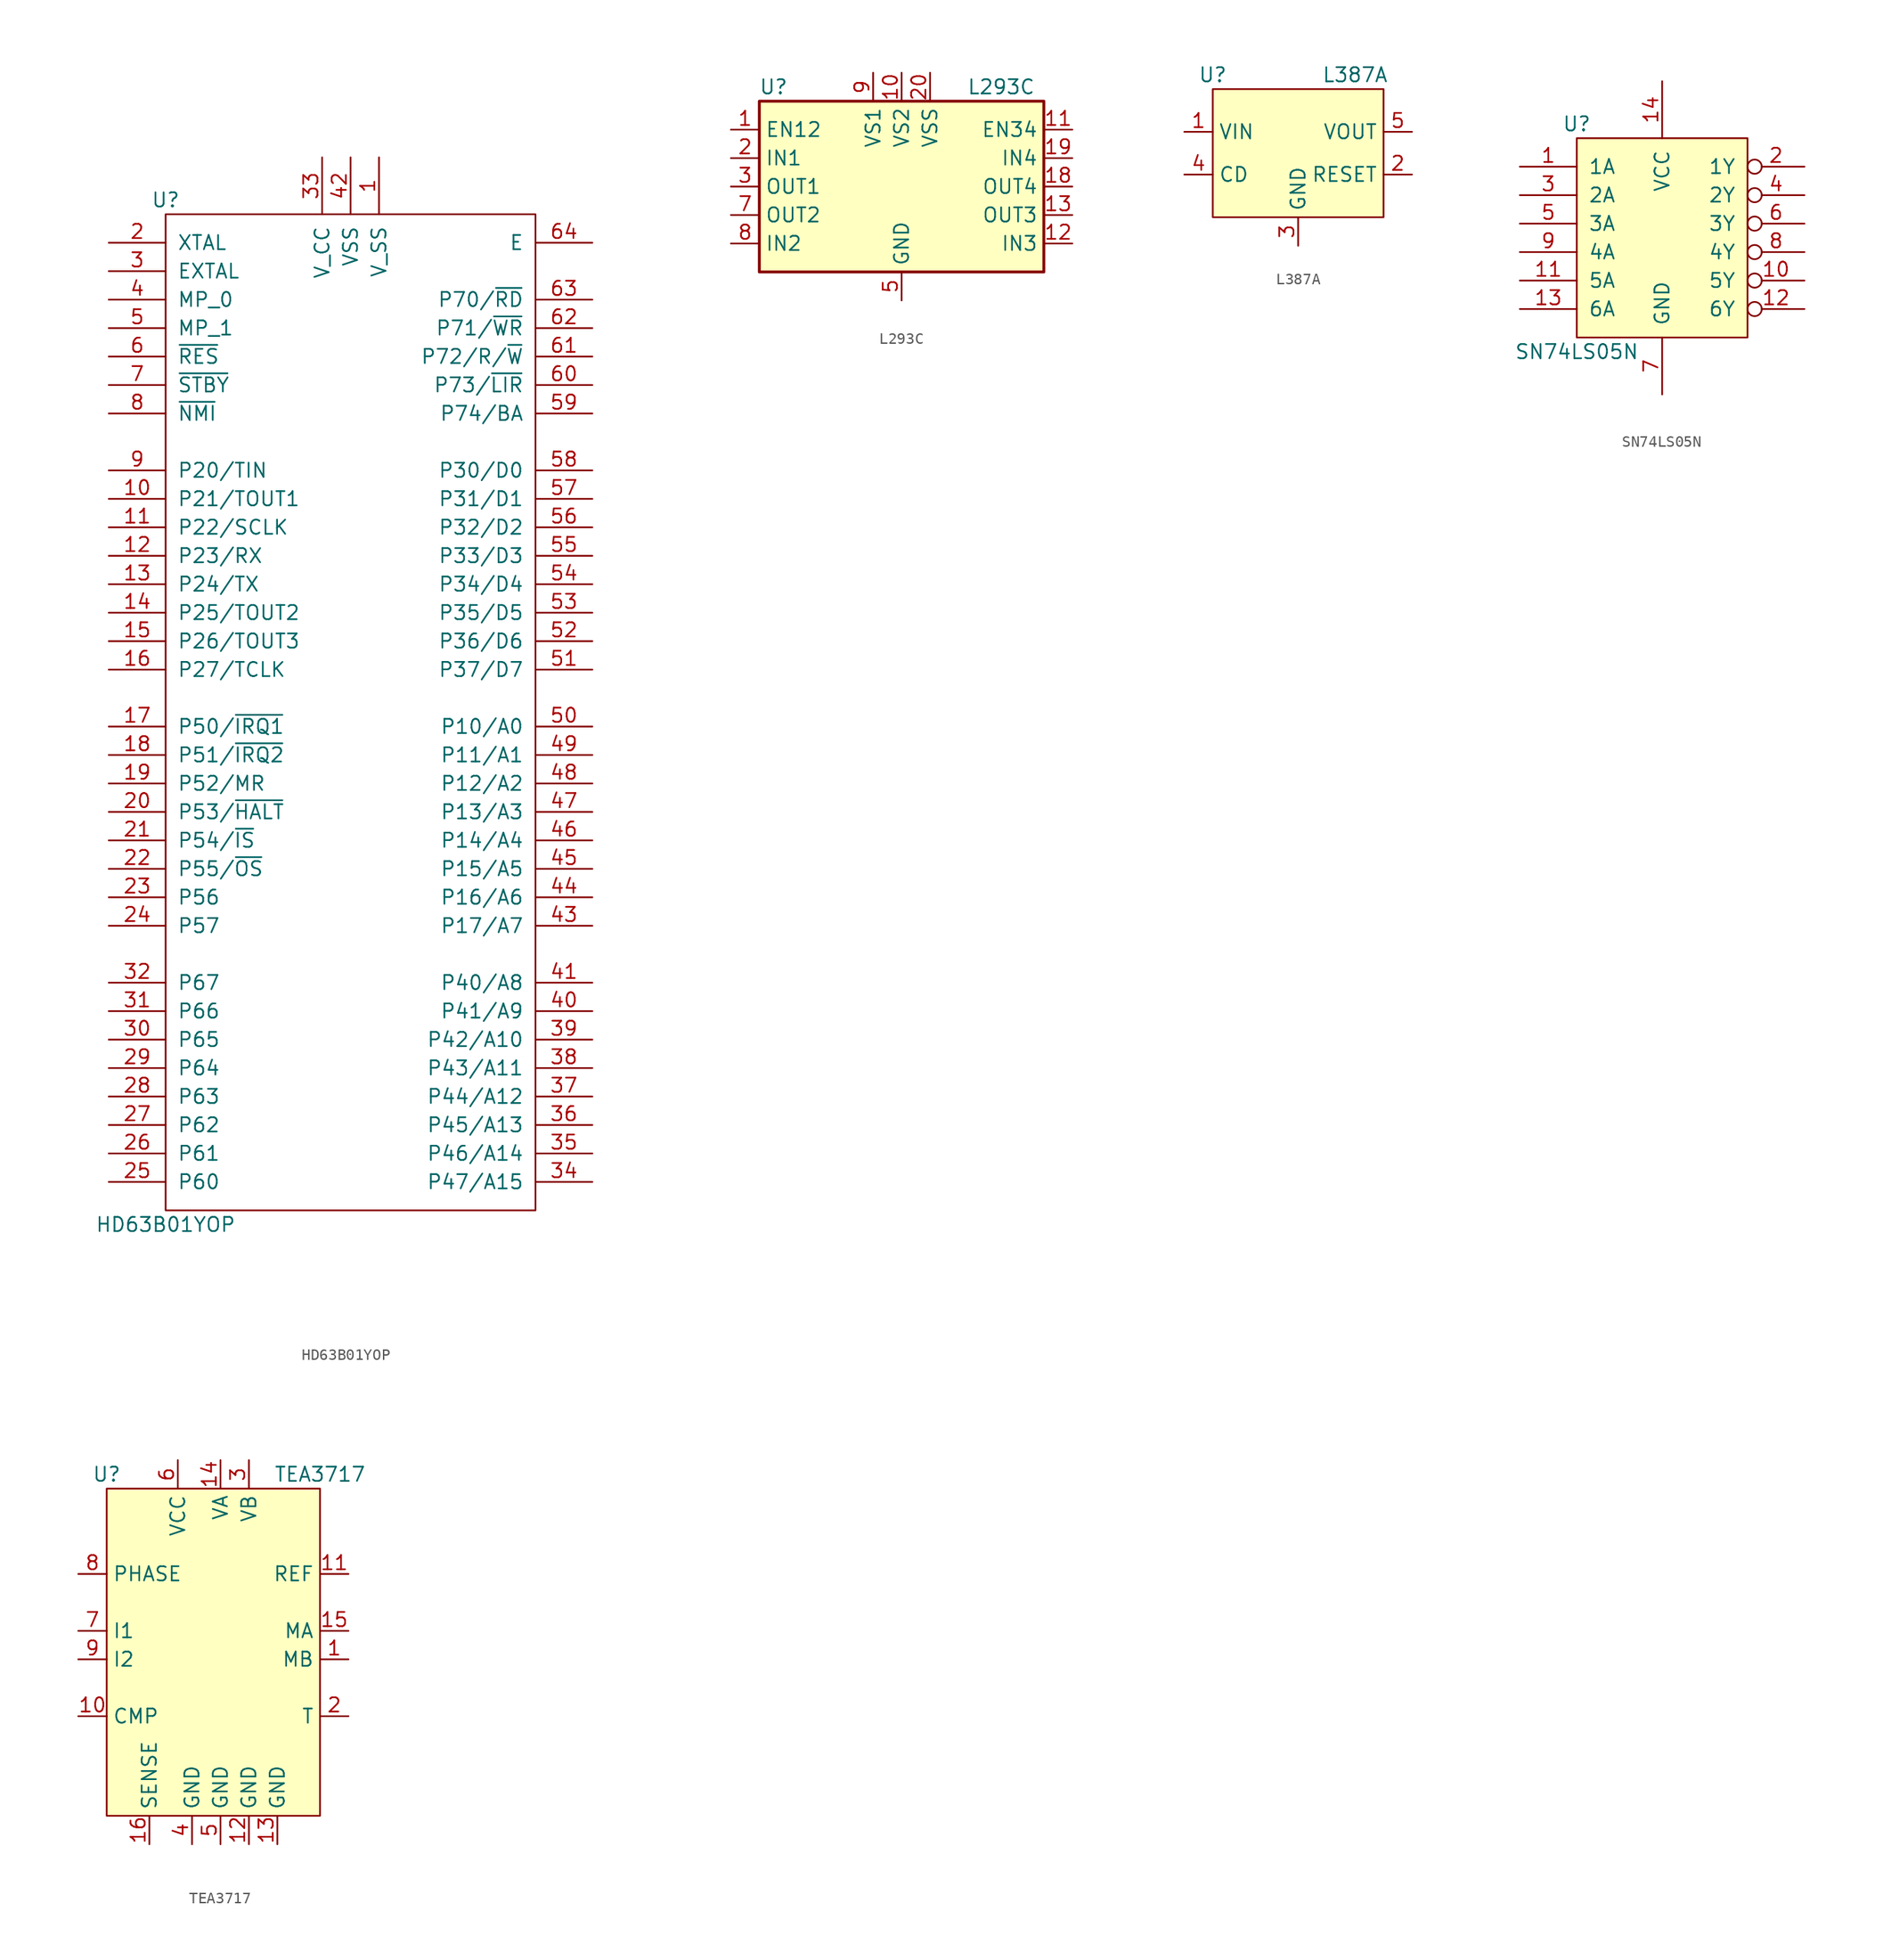
<source format=kicad_sym>
(kicad_symbol_lib
  (version 20211014)
  (generator kicad_symbol_editor)
  (symbol "HD63B01YOP"
    (pin_names
      (offset 1.016))
    (property "Reference" "U"
      (at -16.51 43.18 0)
      (effects (font (size 1.27 1.27))))
    (property "Value" "HD63B01YOP"
      (at -16.51 -48.26 0)
      (effects (font (size 1.27 1.27))))
    (symbol "HD63B01YOP_0_0"
      (pin power_in line (at 2.54 46.99 270) (length 5.08) (name "V_SS" (effects (font (size 1.27 1.27)))) (number "1" (effects (font (size 1.27 1.27)))))
      (pin bidirectional line (at -21.59 16.51 0) (length 5.08) (name "P21/TOUT1" (effects (font (size 1.27 1.27)))) (number "10" (effects (font (size 1.27 1.27)))))
      (pin bidirectional line (at -21.59 13.97 0) (length 5.08) (name "P22/SCLK" (effects (font (size 1.27 1.27)))) (number "11" (effects (font (size 1.27 1.27)))))
      (pin bidirectional line (at -21.59 11.43 0) (length 5.08) (name "P23/RX" (effects (font (size 1.27 1.27)))) (number "12" (effects (font (size 1.27 1.27)))))
      (pin bidirectional line (at -21.59 8.89 0) (length 5.08) (name "P24/TX" (effects (font (size 1.27 1.27)))) (number "13" (effects (font (size 1.27 1.27)))))
      (pin bidirectional line (at -21.59 6.35 0) (length 5.08) (name "P25/TOUT2" (effects (font (size 1.27 1.27)))) (number "14" (effects (font (size 1.27 1.27)))))
      (pin bidirectional line (at -21.59 3.81 0) (length 5.08) (name "P26/TOUT3" (effects (font (size 1.27 1.27)))) (number "15" (effects (font (size 1.27 1.27)))))
      (pin bidirectional line (at -21.59 1.27 0) (length 5.08) (name "P27/TCLK" (effects (font (size 1.27 1.27)))) (number "16" (effects (font (size 1.27 1.27)))))
      (pin bidirectional line (at -21.59 -3.81 0) (length 5.08) (name "P50/~{IRQ1}" (effects (font (size 1.27 1.27)))) (number "17" (effects (font (size 1.27 1.27)))))
      (pin bidirectional line (at -21.59 -6.35 0) (length 5.08) (name "P51/~{IRQ2}" (effects (font (size 1.27 1.27)))) (number "18" (effects (font (size 1.27 1.27)))))
      (pin bidirectional line (at -21.59 -8.89 0) (length 5.08) (name "P52/MR" (effects (font (size 1.27 1.27)))) (number "19" (effects (font (size 1.27 1.27)))))
      (pin unspecified line (at -21.59 39.37 0) (length 5.08) (name "XTAL" (effects (font (size 1.27 1.27)))) (number "2" (effects (font (size 1.27 1.27)))))
      (pin bidirectional line (at -21.59 -11.43 0) (length 5.08) (name "P53/~{HALT}" (effects (font (size 1.27 1.27)))) (number "20" (effects (font (size 1.27 1.27)))))
      (pin bidirectional line (at -21.59 -13.97 0) (length 5.08) (name "P54/~{IS}" (effects (font (size 1.27 1.27)))) (number "21" (effects (font (size 1.27 1.27)))))
      (pin bidirectional line (at -21.59 -16.51 0) (length 5.08) (name "P55/~{OS}" (effects (font (size 1.27 1.27)))) (number "22" (effects (font (size 1.27 1.27)))))
      (pin bidirectional line (at -21.59 -19.05 0) (length 5.08) (name "P56" (effects (font (size 1.27 1.27)))) (number "23" (effects (font (size 1.27 1.27)))))
      (pin bidirectional line (at -21.59 -21.59 0) (length 5.08) (name "P57" (effects (font (size 1.27 1.27)))) (number "24" (effects (font (size 1.27 1.27)))))
      (pin bidirectional line (at -21.59 -44.45 0) (length 5.08) (name "P60" (effects (font (size 1.27 1.27)))) (number "25" (effects (font (size 1.27 1.27)))))
      (pin bidirectional line (at -21.59 -41.91 0) (length 5.08) (name "P61" (effects (font (size 1.27 1.27)))) (number "26" (effects (font (size 1.27 1.27)))))
      (pin bidirectional line (at -21.59 -39.37 0) (length 5.08) (name "P62" (effects (font (size 1.27 1.27)))) (number "27" (effects (font (size 1.27 1.27)))))
      (pin bidirectional line (at -21.59 -36.83 0) (length 5.08) (name "P63" (effects (font (size 1.27 1.27)))) (number "28" (effects (font (size 1.27 1.27)))))
      (pin bidirectional line (at -21.59 -34.29 0) (length 5.08) (name "P64" (effects (font (size 1.27 1.27)))) (number "29" (effects (font (size 1.27 1.27)))))
      (pin unspecified line (at -21.59 36.83 0) (length 5.08) (name "EXTAL" (effects (font (size 1.27 1.27)))) (number "3" (effects (font (size 1.27 1.27)))))
      (pin bidirectional line (at -21.59 -31.75 0) (length 5.08) (name "P65" (effects (font (size 1.27 1.27)))) (number "30" (effects (font (size 1.27 1.27)))))
      (pin bidirectional line (at -21.59 -29.21 0) (length 5.08) (name "P66" (effects (font (size 1.27 1.27)))) (number "31" (effects (font (size 1.27 1.27)))))
      (pin bidirectional line (at -21.59 -26.67 0) (length 5.08) (name "P67" (effects (font (size 1.27 1.27)))) (number "32" (effects (font (size 1.27 1.27)))))
      (pin bidirectional line (at -2.54 46.99 270) (length 5.08) (name "V_CC" (effects (font (size 1.27 1.27)))) (number "33" (effects (font (size 1.27 1.27)))))
      (pin bidirectional line (at 21.59 -44.45 180) (length 5.08) (name "P47/A15" (effects (font (size 1.27 1.27)))) (number "34" (effects (font (size 1.27 1.27)))))
      (pin bidirectional line (at 21.59 -41.91 180) (length 5.08) (name "P46/A14" (effects (font (size 1.27 1.27)))) (number "35" (effects (font (size 1.27 1.27)))))
      (pin bidirectional line (at 21.59 -39.37 180) (length 5.08) (name "P45/A13" (effects (font (size 1.27 1.27)))) (number "36" (effects (font (size 1.27 1.27)))))
      (pin bidirectional line (at 21.59 -36.83 180) (length 5.08) (name "P44/A12" (effects (font (size 1.27 1.27)))) (number "37" (effects (font (size 1.27 1.27)))))
      (pin bidirectional line (at 21.59 -34.29 180) (length 5.08) (name "P43/A11" (effects (font (size 1.27 1.27)))) (number "38" (effects (font (size 1.27 1.27)))))
      (pin bidirectional line (at 21.59 -31.75 180) (length 5.08) (name "P42/A10" (effects (font (size 1.27 1.27)))) (number "39" (effects (font (size 1.27 1.27)))))
      (pin input line (at -21.59 34.29 0) (length 5.08) (name "MP_0" (effects (font (size 1.27 1.27)))) (number "4" (effects (font (size 1.27 1.27)))))
      (pin bidirectional line (at 21.59 -29.21 180) (length 5.08) (name "P41/A9" (effects (font (size 1.27 1.27)))) (number "40" (effects (font (size 1.27 1.27)))))
      (pin bidirectional line (at 21.59 -26.67 180) (length 5.08) (name "P40/A8" (effects (font (size 1.27 1.27)))) (number "41" (effects (font (size 1.27 1.27)))))
      (pin power_in line (at 0 46.99 270) (length 5.08) (name "VSS" (effects (font (size 1.27 1.27)))) (number "42" (effects (font (size 1.27 1.27)))))
      (pin bidirectional line (at 21.59 -21.59 180) (length 5.08) (name "P17/A7" (effects (font (size 1.27 1.27)))) (number "43" (effects (font (size 1.27 1.27)))))
      (pin bidirectional line (at 21.59 -19.05 180) (length 5.08) (name "P16/A6" (effects (font (size 1.27 1.27)))) (number "44" (effects (font (size 1.27 1.27)))))
      (pin bidirectional line (at 21.59 -16.51 180) (length 5.08) (name "P15/A5" (effects (font (size 1.27 1.27)))) (number "45" (effects (font (size 1.27 1.27)))))
      (pin bidirectional line (at 21.59 -13.97 180) (length 5.08) (name "P14/A4" (effects (font (size 1.27 1.27)))) (number "46" (effects (font (size 1.27 1.27)))))
      (pin bidirectional line (at 21.59 -11.43 180) (length 5.08) (name "P13/A3" (effects (font (size 1.27 1.27)))) (number "47" (effects (font (size 1.27 1.27)))))
      (pin bidirectional line (at 21.59 -8.89 180) (length 5.08) (name "P12/A2" (effects (font (size 1.27 1.27)))) (number "48" (effects (font (size 1.27 1.27)))))
      (pin bidirectional line (at 21.59 -6.35 180) (length 5.08) (name "P11/A1" (effects (font (size 1.27 1.27)))) (number "49" (effects (font (size 1.27 1.27)))))
      (pin input line (at -21.59 31.75 0) (length 5.08) (name "MP_1" (effects (font (size 1.27 1.27)))) (number "5" (effects (font (size 1.27 1.27)))))
      (pin bidirectional line (at 21.59 -3.81 180) (length 5.08) (name "P10/A0" (effects (font (size 1.27 1.27)))) (number "50" (effects (font (size 1.27 1.27)))))
      (pin bidirectional line (at 21.59 1.27 180) (length 5.08) (name "P37/D7" (effects (font (size 1.27 1.27)))) (number "51" (effects (font (size 1.27 1.27)))))
      (pin bidirectional line (at 21.59 3.81 180) (length 5.08) (name "P36/D6" (effects (font (size 1.27 1.27)))) (number "52" (effects (font (size 1.27 1.27)))))
      (pin bidirectional line (at 21.59 6.35 180) (length 5.08) (name "P35/D5" (effects (font (size 1.27 1.27)))) (number "53" (effects (font (size 1.27 1.27)))))
      (pin bidirectional line (at 21.59 8.89 180) (length 5.08) (name "P34/D4" (effects (font (size 1.27 1.27)))) (number "54" (effects (font (size 1.27 1.27)))))
      (pin bidirectional line (at 21.59 11.43 180) (length 5.08) (name "P33/D3" (effects (font (size 1.27 1.27)))) (number "55" (effects (font (size 1.27 1.27)))))
      (pin bidirectional line (at 21.59 13.97 180) (length 5.08) (name "P32/D2" (effects (font (size 1.27 1.27)))) (number "56" (effects (font (size 1.27 1.27)))))
      (pin bidirectional line (at 21.59 16.51 180) (length 5.08) (name "P31/D1" (effects (font (size 1.27 1.27)))) (number "57" (effects (font (size 1.27 1.27)))))
      (pin bidirectional line (at 21.59 19.05 180) (length 5.08) (name "P30/D0" (effects (font (size 1.27 1.27)))) (number "58" (effects (font (size 1.27 1.27)))))
      (pin bidirectional line (at 21.59 24.13 180) (length 5.08) (name "P74/BA" (effects (font (size 1.27 1.27)))) (number "59" (effects (font (size 1.27 1.27)))))
      (pin input line (at -21.59 29.21 0) (length 5.08) (name "~{RES}" (effects (font (size 1.27 1.27)))) (number "6" (effects (font (size 1.27 1.27)))))
      (pin bidirectional line (at 21.59 26.67 180) (length 5.08) (name "P73/~{LIR}" (effects (font (size 1.27 1.27)))) (number "60" (effects (font (size 1.27 1.27)))))
      (pin bidirectional line (at 21.59 29.21 180) (length 5.08) (name "P72/R/~{W}" (effects (font (size 1.27 1.27)))) (number "61" (effects (font (size 1.27 1.27)))))
      (pin bidirectional line (at 21.59 31.75 180) (length 5.08) (name "P71/~{WR}" (effects (font (size 1.27 1.27)))) (number "62" (effects (font (size 1.27 1.27)))))
      (pin bidirectional line (at 21.59 34.29 180) (length 5.08) (name "P70/~{RD}" (effects (font (size 1.27 1.27)))) (number "63" (effects (font (size 1.27 1.27)))))
      (pin output line (at 21.59 39.37 180) (length 5.08) (name "E" (effects (font (size 1.27 1.27)))) (number "64" (effects (font (size 1.27 1.27)))))
      (pin input line (at -21.59 26.67 0) (length 5.08) (name "~{STBY}" (effects (font (size 1.27 1.27)))) (number "7" (effects (font (size 1.27 1.27)))))
      (pin input line (at -21.59 24.13 0) (length 5.08) (name "~{NMI}" (effects (font (size 1.27 1.27)))) (number "8" (effects (font (size 1.27 1.27)))))
      (pin bidirectional line (at -21.59 19.05 0) (length 5.08) (name "P20/TIN" (effects (font (size 1.27 1.27)))) (number "9" (effects (font (size 1.27 1.27))))))
    (symbol "HD63B01YOP_0_1"
      (rectangle (start -16.51 41.91) (end 16.51 -46.99) (stroke (width 0) (type default) (color 0 0 0 0)) (fill (type none)))))
  (symbol "L293C"
    (property "Reference" "U"
      (at -11.43 8.89 0)
      (effects (font (size 1.27 1.27))))
    (property "Value" "L293C"
      (at 8.89 8.89 0)
      (effects (font (size 1.27 1.27))))
    (symbol "L293C_0_0"
      (pin unspecified line (at 0 10.16 270) (length 2.54) (name "VS2" (effects (font (size 1.27 1.27)))) (number "10" (effects (font (size 1.27 1.27))))))
    (symbol "L293C_0_1"
      (rectangle (start -12.7 7.62) (end 12.7 -7.62) (stroke (width 0.254) (type default) (color 0 0 0 0)) (fill (type background))))
    (symbol "L293C_1_1"
      (pin input line (at -15.24 5.08 0) (length 2.54) (name "EN12" (effects (font (size 1.27 1.27)))) (number "1" (effects (font (size 1.27 1.27)))))
      (pin input line (at 15.24 5.08 180) (length 2.54) (name "EN34" (effects (font (size 1.27 1.27)))) (number "11" (effects (font (size 1.27 1.27)))))
      (pin input line (at 15.24 -5.08 180) (length 2.54) (name "IN3" (effects (font (size 1.27 1.27)))) (number "12" (effects (font (size 1.27 1.27)))))
      (pin output line (at 15.24 -2.54 180) (length 2.54) (name "OUT3" (effects (font (size 1.27 1.27)))) (number "13" (effects (font (size 1.27 1.27)))))
      (pin passive line (at 0 -10.16 90) (length 2.54) hide (name "GND" (effects (font (size 1.27 1.27)))) (number "15" (effects (font (size 1.27 1.27)))))
      (pin passive line (at 0 -10.16 90) (length 2.54) hide (name "GND" (effects (font (size 1.27 1.27)))) (number "16" (effects (font (size 1.27 1.27)))))
      (pin output line (at 15.24 0 180) (length 2.54) (name "OUT4" (effects (font (size 1.27 1.27)))) (number "18" (effects (font (size 1.27 1.27)))))
      (pin input line (at 15.24 2.54 180) (length 2.54) (name "IN4" (effects (font (size 1.27 1.27)))) (number "19" (effects (font (size 1.27 1.27)))))
      (pin input line (at -15.24 2.54 0) (length 2.54) (name "IN1" (effects (font (size 1.27 1.27)))) (number "2" (effects (font (size 1.27 1.27)))))
      (pin power_in line (at 2.54 10.16 270) (length 2.54) (name "VSS" (effects (font (size 1.27 1.27)))) (number "20" (effects (font (size 1.27 1.27)))))
      (pin output line (at -15.24 0 0) (length 2.54) (name "OUT1" (effects (font (size 1.27 1.27)))) (number "3" (effects (font (size 1.27 1.27)))))
      (pin power_in line (at 0 -10.16 90) (length 2.54) (name "GND" (effects (font (size 1.27 1.27)))) (number "5" (effects (font (size 1.27 1.27)))))
      (pin passive line (at 0 -10.16 90) (length 2.54) hide (name "GND" (effects (font (size 1.27 1.27)))) (number "6" (effects (font (size 1.27 1.27)))))
      (pin output line (at -15.24 -2.54 0) (length 2.54) (name "OUT2" (effects (font (size 1.27 1.27)))) (number "7" (effects (font (size 1.27 1.27)))))
      (pin input line (at -15.24 -5.08 0) (length 2.54) (name "IN2" (effects (font (size 1.27 1.27)))) (number "8" (effects (font (size 1.27 1.27)))))
      (pin power_in line (at -2.54 10.16 270) (length 2.54) (name "VS1" (effects (font (size 1.27 1.27)))) (number "9" (effects (font (size 1.27 1.27)))))))
  (symbol "L387A"
    (property "Reference" "U"
      (at -7.62 6.35 0)
      (effects (font (size 1.27 1.27))))
    (property "Value" "L387A"
      (at 5.08 6.35 0)
      (effects (font (size 1.27 1.27))))
    (symbol "L387A_0_1"
      (rectangle (start -7.62 -6.35) (end 7.62 5.08) (stroke (width 0) (type default) (color 0 0 0 0)) (fill (type background))))
    (symbol "L387A_1_1"
      (pin power_in line (at -10.16 1.27 0) (length 2.54) (name "VIN" (effects (font (size 1.27 1.27)))) (number "1" (effects (font (size 1.27 1.27)))))
      (pin output line (at 10.16 -2.54 180) (length 2.54) (name "RESET" (effects (font (size 1.27 1.27)))) (number "2" (effects (font (size 1.27 1.27)))))
      (pin power_in line (at 0 -8.89 90) (length 2.54) (name "GND" (effects (font (size 1.27 1.27)))) (number "3" (effects (font (size 1.27 1.27)))))
      (pin input line (at -10.16 -2.54 0) (length 2.54) (name "CD" (effects (font (size 1.27 1.27)))) (number "4" (effects (font (size 1.27 1.27)))))
      (pin power_in line (at 10.16 1.27 180) (length 2.54) (name "VOUT" (effects (font (size 1.27 1.27)))) (number "5" (effects (font (size 1.27 1.27)))))))
  (symbol "SN74LS05N"
    (pin_names
      (offset 1.016))
    (property "Reference" "U"
      (at -7.62 10.16 0)
      (effects (font (size 1.27 1.27))))
    (property "Value" "SN74LS05N"
      (at -7.62 -10.16 0)
      (effects (font (size 1.27 1.27))))
    (symbol "SN74LS05N_0_0"
      (pin input line (at -12.7 6.35 0) (length 5.08) (name "1A" (effects (font (size 1.27 1.27)))) (number "1" (effects (font (size 1.27 1.27)))))
      (pin output inverted (at 12.7 -3.81 180) (length 5.08) (name "5Y" (effects (font (size 1.27 1.27)))) (number "10" (effects (font (size 1.27 1.27)))))
      (pin input line (at -12.7 -3.81 0) (length 5.08) (name "5A" (effects (font (size 1.27 1.27)))) (number "11" (effects (font (size 1.27 1.27)))))
      (pin output inverted (at 12.7 -6.35 180) (length 5.08) (name "6Y" (effects (font (size 1.27 1.27)))) (number "12" (effects (font (size 1.27 1.27)))))
      (pin input line (at -12.7 -6.35 0) (length 5.08) (name "6A" (effects (font (size 1.27 1.27)))) (number "13" (effects (font (size 1.27 1.27)))))
      (pin power_in line (at 0 13.97 270) (length 5.08) (name "VCC" (effects (font (size 1.27 1.27)))) (number "14" (effects (font (size 1.27 1.27)))))
      (pin output inverted (at 12.7 6.35 180) (length 5.08) (name "1Y" (effects (font (size 1.27 1.27)))) (number "2" (effects (font (size 1.27 1.27)))))
      (pin input line (at -12.7 3.81 0) (length 5.08) (name "2A" (effects (font (size 1.27 1.27)))) (number "3" (effects (font (size 1.27 1.27)))))
      (pin output inverted (at 12.7 3.81 180) (length 5.08) (name "2Y" (effects (font (size 1.27 1.27)))) (number "4" (effects (font (size 1.27 1.27)))))
      (pin input line (at -12.7 1.27 0) (length 5.08) (name "3A" (effects (font (size 1.27 1.27)))) (number "5" (effects (font (size 1.27 1.27)))))
      (pin output inverted (at 12.7 1.27 180) (length 5.08) (name "3Y" (effects (font (size 1.27 1.27)))) (number "6" (effects (font (size 1.27 1.27)))))
      (pin power_in line (at 0 -13.97 90) (length 5.08) (name "GND" (effects (font (size 1.27 1.27)))) (number "7" (effects (font (size 1.27 1.27)))))
      (pin output inverted (at 12.7 -1.27 180) (length 5.08) (name "4Y" (effects (font (size 1.27 1.27)))) (number "8" (effects (font (size 1.27 1.27)))))
      (pin input line (at -12.7 -1.27 0) (length 5.08) (name "4A" (effects (font (size 1.27 1.27)))) (number "9" (effects (font (size 1.27 1.27))))))
    (symbol "SN74LS05N_0_1"
      (rectangle (start -7.62 8.89) (end 7.62 -8.89) (stroke (width 0) (type default) (color 0 0 0 0)) (fill (type background)))))
  (symbol "TEA3717"
    (property "Reference" "U"
      (at -10.16 15.24 0)
      (effects (font (size 1.27 1.27))))
    (property "Value" "TEA3717"
      (at 8.89 15.24 0)
      (effects (font (size 1.27 1.27))))
    (symbol "TEA3717_0_1"
      (rectangle (start -10.16 13.97) (end 8.89 -15.24) (stroke (width 0) (type default) (color 0 0 0 0)) (fill (type background))))
    (symbol "TEA3717_1_1"
      (pin power_out line (at 11.43 -1.27 180) (length 2.54) (name "MB" (effects (font (size 1.27 1.27)))) (number "1" (effects (font (size 1.27 1.27)))))
      (pin input line (at -12.7 -6.35 0) (length 2.54) (name "CMP" (effects (font (size 1.27 1.27)))) (number "10" (effects (font (size 1.27 1.27)))))
      (pin power_in line (at 11.43 6.35 180) (length 2.54) (name "REF" (effects (font (size 1.27 1.27)))) (number "11" (effects (font (size 1.27 1.27)))))
      (pin power_in line (at 2.54 -17.78 90) (length 2.54) (name "GND" (effects (font (size 1.27 1.27)))) (number "12" (effects (font (size 1.27 1.27)))))
      (pin power_in line (at 5.08 -17.78 90) (length 2.54) (name "GND" (effects (font (size 1.27 1.27)))) (number "13" (effects (font (size 1.27 1.27)))))
      (pin power_in line (at 0 16.51 270) (length 2.54) (name "VA" (effects (font (size 1.27 1.27)))) (number "14" (effects (font (size 1.27 1.27)))))
      (pin power_out line (at 11.43 1.27 180) (length 2.54) (name "MA" (effects (font (size 1.27 1.27)))) (number "15" (effects (font (size 1.27 1.27)))))
      (pin input line (at -6.35 -17.78 90) (length 2.54) (name "SENSE" (effects (font (size 1.27 1.27)))) (number "16" (effects (font (size 1.27 1.27)))))
      (pin input line (at 11.43 -6.35 180) (length 2.54) (name "T" (effects (font (size 1.27 1.27)))) (number "2" (effects (font (size 1.27 1.27)))))
      (pin power_in line (at 2.54 16.51 270) (length 2.54) (name "VB" (effects (font (size 1.27 1.27)))) (number "3" (effects (font (size 1.27 1.27)))))
      (pin power_in line (at -2.54 -17.78 90) (length 2.54) (name "GND" (effects (font (size 1.27 1.27)))) (number "4" (effects (font (size 1.27 1.27)))))
      (pin power_in line (at 0 -17.78 90) (length 2.54) (name "GND" (effects (font (size 1.27 1.27)))) (number "5" (effects (font (size 1.27 1.27)))))
      (pin power_in line (at -3.81 16.51 270) (length 2.54) (name "VCC" (effects (font (size 1.27 1.27)))) (number "6" (effects (font (size 1.27 1.27)))))
      (pin input line (at -12.7 1.27 0) (length 2.54) (name "I1" (effects (font (size 1.27 1.27)))) (number "7" (effects (font (size 1.27 1.27)))))
      (pin input line (at -12.7 6.35 0) (length 2.54) (name "PHASE" (effects (font (size 1.27 1.27)))) (number "8" (effects (font (size 1.27 1.27)))))
      (pin input line (at -12.7 -1.27 0) (length 2.54) (name "I2" (effects (font (size 1.27 1.27)))) (number "9" (effects (font (size 1.27 1.27))))))))
</source>
